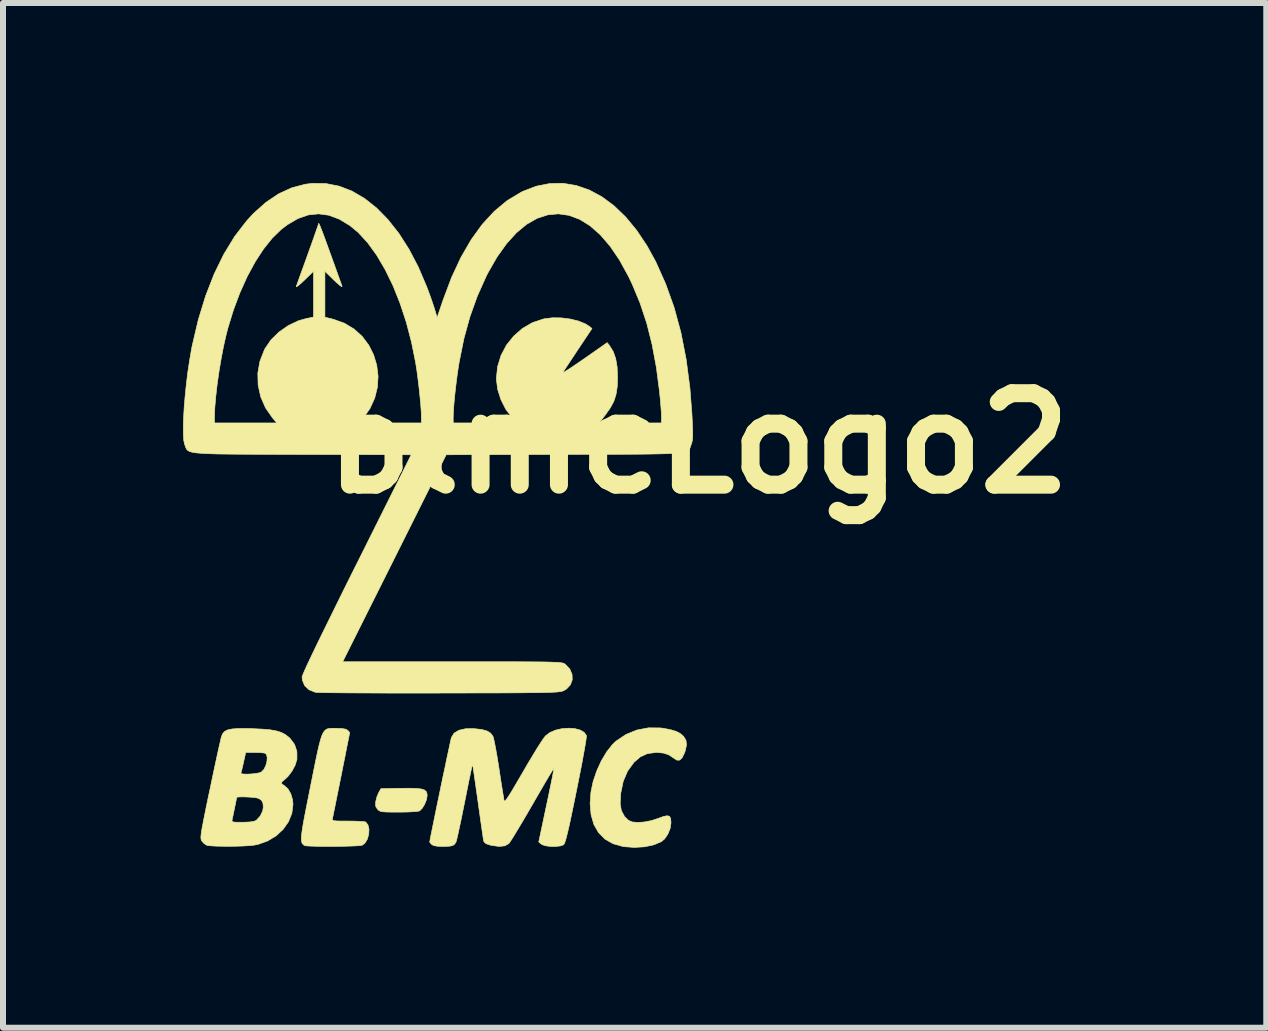
<source format=kicad_pcb>
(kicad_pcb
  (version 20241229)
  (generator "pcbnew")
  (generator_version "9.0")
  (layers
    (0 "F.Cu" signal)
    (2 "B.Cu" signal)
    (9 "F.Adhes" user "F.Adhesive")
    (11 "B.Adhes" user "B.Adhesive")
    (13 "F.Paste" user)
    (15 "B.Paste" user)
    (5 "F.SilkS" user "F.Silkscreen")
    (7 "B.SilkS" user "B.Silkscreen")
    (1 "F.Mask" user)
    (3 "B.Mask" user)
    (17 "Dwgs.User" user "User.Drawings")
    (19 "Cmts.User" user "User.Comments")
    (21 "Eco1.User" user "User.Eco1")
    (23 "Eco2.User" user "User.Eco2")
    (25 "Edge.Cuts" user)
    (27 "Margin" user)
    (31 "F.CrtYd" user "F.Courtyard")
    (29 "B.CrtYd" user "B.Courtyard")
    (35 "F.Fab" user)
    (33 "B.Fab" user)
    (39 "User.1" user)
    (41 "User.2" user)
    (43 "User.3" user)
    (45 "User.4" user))
  (footprint "blmcLogo2"
    (layer "F.Cu")
    (at 8.588 4.338)
    (property "Reference" "blmcLogo2" (at 0 0 0) (layer "F.SilkS") (effects (font (size 1.524 1.524) (thickness 0.3))))
    (attr through_hole)
    (fp_poly (pts (xy -4.696 5.752) (xy -4.618 5.761) (xy -4.566 5.777) (xy -4.536 5.802) (xy -4.522 5.837) (xy -4.519 5.874) (xy -4.531 5.942) (xy -4.561 6.017) (xy -4.601 6.083) (xy -4.643 6.125) (xy -4.645 6.126) (xy -4.68 6.134) (xy -4.75 6.14) (xy -4.844 6.145) (xy -4.955 6.147) (xy -4.993 6.147) (xy -5.114 6.147) (xy -5.199 6.145) (xy -5.257 6.141) (xy -5.295 6.134) (xy -5.321 6.122) (xy -5.34 6.105) (xy -5.345 6.1) (xy -5.374 6.058) (xy -5.38 6.008) (xy -5.375 5.968) (xy -5.357 5.894) (xy -5.329 5.826) (xy -5.325 5.819) (xy -5.289 5.756) (xy -4.954 5.75) (xy -4.807 5.749) (xy -4.696 5.752)) (stroke (width 0.01) (type solid)) (fill yes) (layer "F.SilkS"))
    (fp_poly (pts (xy -0.631 4.744) (xy -0.583 4.75) (xy -0.46 4.774) (xy -0.369 4.801) (xy -0.302 4.836) (xy -0.248 4.882) (xy -0.245 4.885) (xy -0.206 4.949) (xy -0.196 5.025) (xy -0.217 5.123) (xy -0.231 5.162) (xy -0.269 5.241) (xy -0.31 5.28) (xy -0.357 5.281) (xy -0.408 5.248) (xy -0.488 5.194) (xy -0.573 5.164) (xy -0.68 5.153) (xy -0.705 5.153) (xy -0.846 5.171) (xy -0.967 5.226) (xy -1.073 5.318) (xy -1.179 5.464) (xy -1.251 5.633) (xy -1.292 5.828) (xy -1.302 6.001) (xy -1.283 6.121) (xy -1.228 6.222) (xy -1.161 6.286) (xy -1.1 6.311) (xy -1.01 6.319) (xy -0.903 6.312) (xy -0.788 6.29) (xy -0.675 6.254) (xy -0.673 6.253) (xy -0.579 6.219) (xy -0.516 6.207) (xy -0.478 6.219) (xy -0.46 6.258) (xy -0.455 6.325) (xy -0.455 6.326) (xy -0.469 6.419) (xy -0.507 6.513) (xy -0.56 6.592) (xy -0.614 6.638) (xy -0.741 6.692) (xy -0.895 6.725) (xy -1.064 6.735) (xy -1.235 6.723) (xy -1.259 6.719) (xy -1.422 6.673) (xy -1.557 6.596) (xy -1.663 6.488) (xy -1.74 6.353) (xy -1.787 6.191) (xy -1.803 6.004) (xy -1.789 5.811) (xy -1.753 5.639) (xy -1.694 5.464) (xy -1.618 5.296) (xy -1.528 5.144) (xy -1.43 5.02) (xy -1.369 4.962) (xy -1.206 4.853) (xy -1.024 4.779) (xy -0.83 4.742) (xy -0.631 4.744)) (stroke (width 0.01) (type solid)) (fill yes) (layer "F.SilkS"))
    (fp_poly (pts (xy -6.063 4.75) (xy -6.035 4.75) (xy -5.94 4.754) (xy -5.879 4.764) (xy -5.844 4.783) (xy -5.843 4.784) (xy -5.817 4.812) (xy -5.81 4.822) (xy -5.814 4.843) (xy -5.825 4.901) (xy -5.843 4.988) (xy -5.865 5.099) (xy -5.89 5.229) (xy -5.919 5.37) (xy -5.948 5.518) (xy -5.978 5.667) (xy -6.007 5.811) (xy -6.034 5.944) (xy -6.057 6.06) (xy -6.076 6.153) (xy -6.089 6.217) (xy -6.096 6.248) (xy -6.096 6.248) (xy -6.099 6.268) (xy -6.094 6.281) (xy -6.074 6.289) (xy -6.033 6.294) (xy -5.963 6.296) (xy -5.859 6.296) (xy -5.837 6.296) (xy -5.733 6.297) (xy -5.644 6.301) (xy -5.578 6.305) (xy -5.545 6.311) (xy -5.543 6.312) (xy -5.505 6.361) (xy -5.488 6.433) (xy -5.493 6.515) (xy -5.515 6.596) (xy -5.555 6.662) (xy -5.598 6.697) (xy -5.63 6.704) (xy -5.696 6.709) (xy -5.789 6.713) (xy -5.901 6.716) (xy -6.024 6.718) (xy -6.15 6.719) (xy -6.272 6.718) (xy -6.382 6.716) (xy -6.473 6.713) (xy -6.536 6.709) (xy -6.564 6.703) (xy -6.584 6.688) (xy -6.599 6.671) (xy -6.61 6.648) (xy -6.616 6.614) (xy -6.616 6.567) (xy -6.609 6.502) (xy -6.597 6.416) (xy -6.578 6.304) (xy -6.551 6.163) (xy -6.517 5.99) (xy -6.475 5.78) (xy -6.463 5.718) (xy -6.418 5.493) (xy -6.38 5.305) (xy -6.348 5.152) (xy -6.32 5.03) (xy -6.295 4.936) (xy -6.271 4.865) (xy -6.246 4.815) (xy -6.219 4.782) (xy -6.189 4.762) (xy -6.154 4.753) (xy -6.112 4.75) (xy -6.063 4.75)) (stroke (width 0.01) (type solid)) (fill yes) (layer "F.SilkS"))
    (fp_poly (pts (xy -7.431 4.756) (xy -7.266 4.764) (xy -7.136 4.775) (xy -7.034 4.793) (xy -6.952 4.818) (xy -6.885 4.853) (xy -6.825 4.899) (xy -6.805 4.917) (xy -6.729 5.018) (xy -6.69 5.136) (xy -6.689 5.268) (xy -6.69 5.27) (xy -6.719 5.365) (xy -6.773 5.466) (xy -6.842 5.556) (xy -6.893 5.603) (xy -6.938 5.64) (xy -6.949 5.666) (xy -6.925 5.689) (xy -6.903 5.702) (xy -6.841 5.756) (xy -6.792 5.84) (xy -6.762 5.943) (xy -6.755 6.019) (xy -6.774 6.167) (xy -6.83 6.307) (xy -6.919 6.434) (xy -7.036 6.542) (xy -7.177 6.627) (xy -7.336 6.684) (xy -7.401 6.697) (xy -7.474 6.705) (xy -7.572 6.711) (xy -7.686 6.715) (xy -7.808 6.717) (xy -7.927 6.716) (xy -8.035 6.714) (xy -8.123 6.709) (xy -8.181 6.702) (xy -8.195 6.698) (xy -8.242 6.666) (xy -8.275 6.628) (xy -8.283 6.613) (xy -8.288 6.594) (xy -8.29 6.566) (xy -8.287 6.526) (xy -8.28 6.47) (xy -8.266 6.393) (xy -8.247 6.292) (xy -7.772 6.292) (xy -7.764 6.306) (xy -7.738 6.313) (xy -7.684 6.316) (xy -7.597 6.316) (xy -7.594 6.316) (xy -7.482 6.312) (xy -7.407 6.301) (xy -7.368 6.285) (xy -7.301 6.213) (xy -7.259 6.125) (xy -7.25 6.063) (xy -7.256 5.994) (xy -7.28 5.95) (xy -7.327 5.918) (xy -7.363 5.909) (xy -7.423 5.901) (xy -7.496 5.896) (xy -7.572 5.893) (xy -7.637 5.893) (xy -7.682 5.897) (xy -7.694 5.903) (xy -7.698 5.926) (xy -7.708 5.98) (xy -7.723 6.051) (xy -7.739 6.129) (xy -7.754 6.202) (xy -7.766 6.258) (xy -7.768 6.269) (xy -7.772 6.292) (xy -8.247 6.292) (xy -8.247 6.292) (xy -8.221 6.162) (xy -8.188 5.999) (xy -8.146 5.8) (xy -8.138 5.764) (xy -8.1 5.582) (xy -8.082 5.497) (xy -7.624 5.497) (xy -7.613 5.508) (xy -7.571 5.513) (xy -7.509 5.514) (xy -7.438 5.51) (xy -7.368 5.502) (xy -7.312 5.491) (xy -7.282 5.479) (xy -7.24 5.436) (xy -7.208 5.372) (xy -7.189 5.302) (xy -7.185 5.236) (xy -7.197 5.185) (xy -7.219 5.166) (xy -7.257 5.159) (xy -7.322 5.154) (xy -7.398 5.153) (xy -7.543 5.153) (xy -7.579 5.317) (xy -7.597 5.396) (xy -7.612 5.459) (xy -7.623 5.494) (xy -7.624 5.497) (xy -8.082 5.497) (xy -8.064 5.411) (xy -8.03 5.255) (xy -8.001 5.12) (xy -7.976 5.011) (xy -7.958 4.932) (xy -7.948 4.889) (xy -7.946 4.885) (xy -7.925 4.837) (xy -7.892 4.801) (xy -7.843 4.776) (xy -7.771 4.761) (xy -7.672 4.754) (xy -7.539 4.753) (xy -7.431 4.756)) (stroke (width 0.01) (type solid)) (fill yes) (layer "F.SilkS"))
    (fp_poly (pts (xy -2.059 4.755) (xy -1.968 4.779) (xy -1.901 4.819) (xy -1.864 4.872) (xy -1.866 4.901) (xy -1.875 4.966) (xy -1.891 5.064) (xy -1.914 5.19) (xy -1.941 5.339) (xy -1.974 5.507) (xy -2.01 5.689) (xy -2.03 5.788) (xy -2.076 6.013) (xy -2.115 6.2) (xy -2.147 6.352) (xy -2.175 6.471) (xy -2.197 6.561) (xy -2.215 6.625) (xy -2.23 6.667) (xy -2.242 6.688) (xy -2.245 6.691) (xy -2.296 6.71) (xy -2.373 6.719) (xy -2.46 6.719) (xy -2.541 6.709) (xy -2.601 6.69) (xy -2.613 6.682) (xy -2.659 6.645) (xy -2.53 6.034) (xy -2.497 5.879) (xy -2.468 5.738) (xy -2.443 5.617) (xy -2.424 5.52) (xy -2.412 5.452) (xy -2.407 5.419) (xy -2.407 5.416) (xy -2.418 5.432) (xy -2.449 5.481) (xy -2.495 5.558) (xy -2.555 5.659) (xy -2.625 5.78) (xy -2.704 5.916) (xy -2.762 6.017) (xy -2.848 6.165) (xy -2.929 6.303) (xy -3.002 6.425) (xy -3.065 6.529) (xy -3.114 6.608) (xy -3.147 6.657) (xy -3.158 6.671) (xy -3.224 6.709) (xy -3.321 6.719) (xy -3.447 6.701) (xy -3.473 6.695) (xy -3.54 6.672) (xy -3.572 6.64) (xy -3.577 6.626) (xy -3.583 6.595) (xy -3.593 6.526) (xy -3.607 6.428) (xy -3.625 6.304) (xy -3.645 6.162) (xy -3.667 6.006) (xy -3.672 5.969) (xy -3.694 5.814) (xy -3.714 5.672) (xy -3.732 5.55) (xy -3.746 5.453) (xy -3.756 5.385) (xy -3.762 5.353) (xy -3.763 5.351) (xy -3.768 5.37) (xy -3.781 5.425) (xy -3.799 5.511) (xy -3.823 5.624) (xy -3.85 5.759) (xy -3.88 5.91) (xy -3.893 5.974) (xy -3.925 6.133) (xy -3.955 6.281) (xy -3.983 6.41) (xy -4.006 6.517) (xy -4.024 6.595) (xy -4.036 6.639) (xy -4.038 6.645) (xy -4.061 6.681) (xy -4.091 6.703) (xy -4.138 6.714) (xy -4.213 6.718) (xy -4.258 6.719) (xy -4.352 6.715) (xy -4.412 6.704) (xy -4.443 6.686) (xy -4.47 6.657) (xy -4.477 6.645) (xy -4.472 6.619) (xy -4.461 6.557) (xy -4.442 6.465) (xy -4.418 6.347) (xy -4.39 6.209) (xy -4.359 6.056) (xy -4.325 5.894) (xy -4.291 5.728) (xy -4.257 5.564) (xy -4.223 5.407) (xy -4.193 5.261) (xy -4.165 5.133) (xy -4.143 5.028) (xy -4.126 4.951) (xy -4.116 4.908) (xy -4.114 4.902) (xy -4.07 4.831) (xy -3.99 4.783) (xy -3.878 4.757) (xy -3.734 4.756) (xy -3.734 4.756) (xy -3.609 4.77) (xy -3.52 4.795) (xy -3.46 4.832) (xy -3.422 4.884) (xy -3.411 4.921) (xy -3.395 4.994) (xy -3.376 5.095) (xy -3.354 5.217) (xy -3.332 5.353) (xy -3.321 5.423) (xy -3.3 5.564) (xy -3.28 5.693) (xy -3.262 5.803) (xy -3.248 5.888) (xy -3.239 5.942) (xy -3.237 5.955) (xy -3.23 5.963) (xy -3.215 5.954) (xy -3.191 5.925) (xy -3.155 5.871) (xy -3.105 5.791) (xy -3.04 5.68) (xy -2.956 5.537) (xy -2.922 5.479) (xy -2.841 5.339) (xy -2.762 5.208) (xy -2.691 5.09) (xy -2.629 4.993) (xy -2.58 4.92) (xy -2.548 4.878) (xy -2.546 4.876) (xy -2.472 4.82) (xy -2.378 4.78) (xy -2.272 4.756) (xy -2.163 4.748) (xy -2.059 4.755)) (stroke (width 0.01) (type solid)) (fill yes) (layer "F.SilkS"))
    (fp_poly (pts (xy -2.033 -4.296) (xy -1.816 -4.221) (xy -1.606 -4.108) (xy -1.403 -3.957) (xy -1.209 -3.77) (xy -1.026 -3.548) (xy -0.854 -3.29) (xy -0.71 -3.028) (xy -0.543 -2.654) (xy -0.402 -2.26) (xy -0.289 -1.842) (xy -0.202 -1.397) (xy -0.14 -0.923) (xy -0.106 -0.483) (xy -0.099 -0.337) (xy -0.094 -0.226) (xy -0.093 -0.144) (xy -0.095 -0.084) (xy -0.101 -0.039) (xy -0.11 -0.003) (xy -0.118 0.018) (xy -0.127 0.045) (xy -0.135 0.069) (xy -0.144 0.09) (xy -0.156 0.108) (xy -0.174 0.123) (xy -0.201 0.136) (xy -0.238 0.147) (xy -0.289 0.156) (xy -0.356 0.164) (xy -0.442 0.17) (xy -0.549 0.174) (xy -0.679 0.177) (xy -0.835 0.18) (xy -1.02 0.182) (xy -1.237 0.183) (xy -1.487 0.184) (xy -1.773 0.184) (xy -2.099 0.185) (xy -2.233 0.186) (xy -4.202 0.191) (xy -5.064 1.916) (xy -5.927 3.641) (xy -4.099 3.641) (xy -3.779 3.641) (xy -3.498 3.641) (xy -3.255 3.641) (xy -3.045 3.641) (xy -2.868 3.642) (xy -2.719 3.643) (xy -2.596 3.644) (xy -2.496 3.646) (xy -2.417 3.649) (xy -2.356 3.651) (xy -2.31 3.655) (xy -2.277 3.659) (xy -2.254 3.664) (xy -2.237 3.67) (xy -2.225 3.677) (xy -2.215 3.685) (xy -2.214 3.685) (xy -2.141 3.764) (xy -2.104 3.852) (xy -2.101 3.942) (xy -2.132 4.026) (xy -2.197 4.095) (xy -2.237 4.119) (xy -2.252 4.126) (xy -2.27 4.132) (xy -2.294 4.137) (xy -2.325 4.142) (xy -2.368 4.146) (xy -2.423 4.149) (xy -2.495 4.152) (xy -2.585 4.154) (xy -2.697 4.156) (xy -2.832 4.157) (xy -2.994 4.159) (xy -3.185 4.16) (xy -3.408 4.161) (xy -3.665 4.161) (xy -3.958 4.162) (xy -4.292 4.162) (xy -4.318 4.163) (xy -4.607 4.163) (xy -4.884 4.163) (xy -5.148 4.163) (xy -5.394 4.162) (xy -5.619 4.161) (xy -5.822 4.16) (xy -5.998 4.158) (xy -6.145 4.157) (xy -6.259 4.155) (xy -6.338 4.153) (xy -6.378 4.151) (xy -6.382 4.15) (xy -6.487 4.108) (xy -6.56 4.04) (xy -6.598 3.95) (xy -6.604 3.895) (xy -6.594 3.865) (xy -6.566 3.798) (xy -6.52 3.696) (xy -6.456 3.56) (xy -6.375 3.391) (xy -6.277 3.19) (xy -6.163 2.958) (xy -6.034 2.696) (xy -5.891 2.406) (xy -5.733 2.089) (xy -5.694 2.012) (xy -4.785 0.191) (xy -6.599 0.186) (xy -6.926 0.185) (xy -7.213 0.184) (xy -7.463 0.183) (xy -7.679 0.182) (xy -7.863 0.18) (xy -8.018 0.178) (xy -8.146 0.174) (xy -8.25 0.169) (xy -8.334 0.163) (xy -8.398 0.156) (xy -8.447 0.146) (xy -8.483 0.134) (xy -8.508 0.12) (xy -8.525 0.103) (xy -8.536 0.084) (xy -8.545 0.062) (xy -8.554 0.036) (xy -8.561 0.018) (xy -8.575 -0.046) (xy -8.582 -0.147) (xy -8.583 -0.277) (xy -8.581 -0.339) (xy -8.065 -0.339) (xy -7.024 -0.339) (xy -7.096 -0.423) (xy -7.213 -0.591) (xy -7.293 -0.775) (xy -7.336 -0.969) (xy -7.341 -1.167) (xy -7.307 -1.364) (xy -7.233 -1.554) (xy -7.223 -1.575) (xy -7.122 -1.723) (xy -6.988 -1.854) (xy -6.832 -1.963) (xy -6.662 -2.043) (xy -6.538 -2.078) (xy -6.413 -2.104) (xy -6.413 -2.867) (xy -6.565 -2.719) (xy -6.626 -2.662) (xy -6.672 -2.624) (xy -6.698 -2.608) (xy -6.701 -2.614) (xy -6.689 -2.645) (xy -6.666 -2.71) (xy -6.633 -2.803) (xy -6.591 -2.918) (xy -6.544 -3.048) (xy -6.507 -3.152) (xy -6.458 -3.288) (xy -6.414 -3.411) (xy -6.378 -3.515) (xy -6.35 -3.594) (xy -6.333 -3.644) (xy -6.329 -3.658) (xy -6.328 -3.666) (xy -6.323 -3.662) (xy -6.314 -3.645) (xy -6.3 -3.612) (xy -6.279 -3.559) (xy -6.25 -3.483) (xy -6.213 -3.383) (xy -6.167 -3.255) (xy -6.109 -3.096) (xy -6.04 -2.904) (xy -5.958 -2.675) (xy -5.936 -2.614) (xy -5.943 -2.61) (xy -5.975 -2.632) (xy -6.025 -2.675) (xy -6.072 -2.719) (xy -6.223 -2.867) (xy -6.223 -2.102) (xy -6.082 -2.067) (xy -5.898 -2.001) (xy -5.737 -1.904) (xy -5.601 -1.781) (xy -5.492 -1.636) (xy -5.411 -1.474) (xy -5.359 -1.3) (xy -5.337 -1.118) (xy -5.348 -0.934) (xy -5.393 -0.753) (xy -5.473 -0.578) (xy -5.583 -0.423) (xy -5.655 -0.339) (xy -4.614 -0.339) (xy -4.085 -0.339) (xy -3.021 -0.339) (xy -3.107 -0.432) (xy -3.209 -0.568) (xy -3.29 -0.729) (xy -3.344 -0.899) (xy -3.365 -1.067) (xy -3.365 -1.083) (xy -3.345 -1.278) (xy -3.288 -1.464) (xy -3.197 -1.636) (xy -3.076 -1.787) (xy -2.931 -1.914) (xy -2.764 -2.011) (xy -2.58 -2.072) (xy -2.567 -2.075) (xy -2.43 -2.092) (xy -2.282 -2.09) (xy -2.134 -2.071) (xy -1.996 -2.037) (xy -1.881 -1.99) (xy -1.818 -1.95) (xy -1.772 -1.913) (xy -2.004 -1.565) (xy -2.076 -1.456) (xy -2.141 -1.358) (xy -2.195 -1.277) (xy -2.233 -1.219) (xy -2.253 -1.189) (xy -2.253 -1.188) (xy -2.253 -1.181) (xy -2.234 -1.189) (xy -2.194 -1.213) (xy -2.13 -1.254) (xy -2.039 -1.315) (xy -1.92 -1.397) (xy -1.769 -1.502) (xy -1.759 -1.509) (xy -1.518 -1.678) (xy -1.479 -1.627) (xy -1.418 -1.529) (xy -1.377 -1.413) (xy -1.353 -1.273) (xy -1.346 -1.101) (xy -1.346 -1.101) (xy -1.351 -0.943) (xy -1.371 -0.814) (xy -1.407 -0.701) (xy -1.466 -0.591) (xy -1.548 -0.475) (xy -1.652 -0.339) (xy -0.614 -0.339) (xy -0.614 -0.45) (xy -0.616 -0.513) (xy -0.623 -0.607) (xy -0.632 -0.718) (xy -0.644 -0.836) (xy -0.645 -0.852) (xy -0.699 -1.266) (xy -0.77 -1.646) (xy -0.859 -2) (xy -0.969 -2.333) (xy -1.101 -2.651) (xy -1.164 -2.783) (xy -1.314 -3.056) (xy -1.471 -3.287) (xy -1.635 -3.477) (xy -1.805 -3.626) (xy -1.978 -3.733) (xy -2.155 -3.799) (xy -2.332 -3.824) (xy -2.51 -3.807) (xy -2.687 -3.749) (xy -2.861 -3.65) (xy -3.031 -3.509) (xy -3.196 -3.327) (xy -3.355 -3.104) (xy -3.507 -2.839) (xy -3.535 -2.783) (xy -3.683 -2.453) (xy -3.806 -2.11) (xy -3.906 -1.747) (xy -3.985 -1.355) (xy -3.999 -1.27) (xy -4.02 -1.124) (xy -4.04 -0.967) (xy -4.058 -0.809) (xy -4.072 -0.661) (xy -4.081 -0.532) (xy -4.085 -0.434) (xy -4.085 -0.429) (xy -4.085 -0.339) (xy -4.614 -0.339) (xy -4.615 -0.45) (xy -4.618 -0.531) (xy -4.626 -0.645) (xy -4.639 -0.78) (xy -4.654 -0.926) (xy -4.672 -1.073) (xy -4.69 -1.211) (xy -4.709 -1.33) (xy -4.71 -1.339) (xy -4.78 -1.686) (xy -4.867 -2.019) (xy -4.971 -2.334) (xy -5.088 -2.627) (xy -5.219 -2.895) (xy -5.36 -3.135) (xy -5.51 -3.342) (xy -5.668 -3.514) (xy -5.807 -3.629) (xy -5.984 -3.736) (xy -6.157 -3.801) (xy -6.329 -3.824) (xy -6.5 -3.806) (xy -6.672 -3.746) (xy -6.847 -3.644) (xy -6.951 -3.565) (xy -7.1 -3.42) (xy -7.246 -3.238) (xy -7.386 -3.023) (xy -7.518 -2.779) (xy -7.639 -2.511) (xy -7.747 -2.223) (xy -7.84 -1.921) (xy -7.872 -1.795) (xy -7.914 -1.609) (xy -7.953 -1.405) (xy -7.989 -1.191) (xy -8.019 -0.979) (xy -8.042 -0.776) (xy -8.058 -0.594) (xy -8.064 -0.442) (xy -8.064 -0.429) (xy -8.065 -0.339) (xy -8.581 -0.339) (xy -8.578 -0.433) (xy -8.568 -0.607) (xy -8.552 -0.794) (xy -8.532 -0.988) (xy -8.508 -1.184) (xy -8.479 -1.376) (xy -8.448 -1.558) (xy -8.434 -1.63) (xy -8.333 -2.059) (xy -8.211 -2.456) (xy -8.069 -2.821) (xy -7.907 -3.152) (xy -7.727 -3.447) (xy -7.527 -3.707) (xy -7.41 -3.834) (xy -7.205 -4.016) (xy -6.995 -4.157) (xy -6.778 -4.257) (xy -6.553 -4.317) (xy -6.433 -4.332) (xy -6.208 -4.329) (xy -5.987 -4.286) (xy -5.772 -4.203) (xy -5.563 -4.081) (xy -5.362 -3.922) (xy -5.171 -3.727) (xy -4.99 -3.498) (xy -4.822 -3.235) (xy -4.667 -2.939) (xy -4.528 -2.613) (xy -4.52 -2.593) (xy -4.48 -2.485) (xy -4.441 -2.375) (xy -4.409 -2.28) (xy -4.392 -2.227) (xy -4.353 -2.094) (xy -4.254 -2.386) (xy -4.113 -2.761) (xy -3.957 -3.096) (xy -3.786 -3.392) (xy -3.601 -3.648) (xy -3.401 -3.865) (xy -3.186 -4.044) (xy -2.955 -4.183) (xy -2.922 -4.2) (xy -2.699 -4.285) (xy -2.475 -4.329) (xy -2.253 -4.333) (xy -2.033 -4.296)) (stroke (width 0.01) (type solid)) (fill yes) (layer "F.SilkS")))
  (gr_rect
    (start -3 -3)
    (end 18.054 14.078)
    (stroke (width 0.1) (type default))
    (fill no)
    (layer "Edge.Cuts")))
</source>
